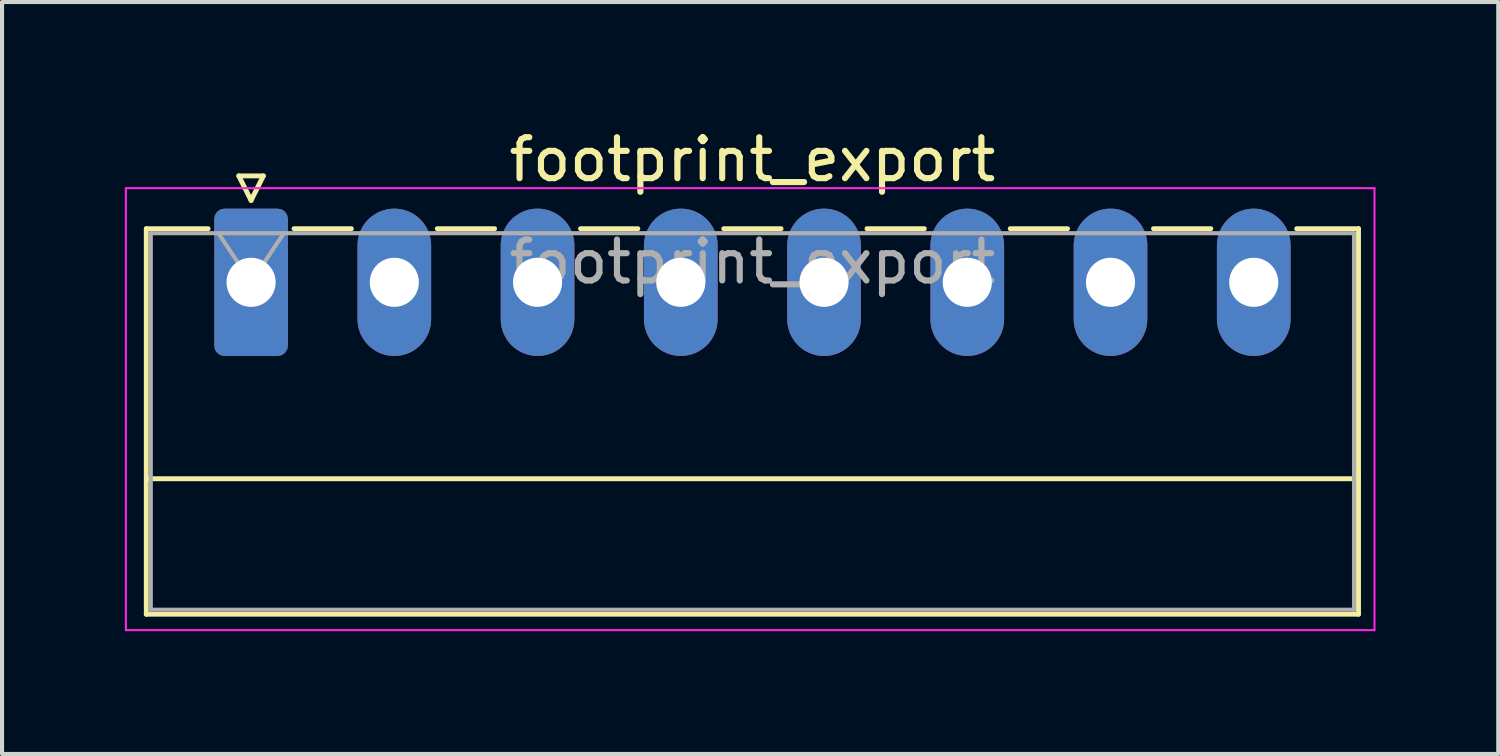
<source format=kicad_pcb>
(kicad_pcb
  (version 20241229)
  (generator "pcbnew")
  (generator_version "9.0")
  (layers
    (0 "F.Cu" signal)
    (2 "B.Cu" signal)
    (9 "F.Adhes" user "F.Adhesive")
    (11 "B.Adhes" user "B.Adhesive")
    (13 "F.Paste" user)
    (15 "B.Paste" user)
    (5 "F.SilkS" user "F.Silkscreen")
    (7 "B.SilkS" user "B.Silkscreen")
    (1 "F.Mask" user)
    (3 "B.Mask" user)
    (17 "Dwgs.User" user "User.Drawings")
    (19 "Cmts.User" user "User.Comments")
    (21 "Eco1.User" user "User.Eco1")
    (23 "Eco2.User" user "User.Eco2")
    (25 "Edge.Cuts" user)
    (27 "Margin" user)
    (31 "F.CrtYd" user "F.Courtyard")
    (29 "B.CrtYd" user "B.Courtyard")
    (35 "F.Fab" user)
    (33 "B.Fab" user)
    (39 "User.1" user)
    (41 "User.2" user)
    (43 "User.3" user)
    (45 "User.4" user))
  (footprint "footprint_export"
    (layer "F.Cu")
    (at 3.085 3.848)
    (property "Reference" "footprint_export" (at 12.25 -3 0) (layer "F.SilkS") (effects (font (size 1 1) (thickness 0.15))))
    (attr through_hole)
    (fp_line (start -2.56 -1.31) (end -2.56 8.11) (stroke (width 0.12) (type solid)) (layer "F.SilkS"))
    (fp_line (start -2.56 -1.31) (end -1.05 -1.31) (stroke (width 0.12) (type solid)) (layer "F.SilkS"))
    (fp_line (start -2.56 4.8) (end 27.06 4.8) (stroke (width 0.12) (type solid)) (layer "F.SilkS"))
    (fp_line (start -2.56 8.11) (end 27.06 8.11) (stroke (width 0.12) (type solid)) (layer "F.SilkS"))
    (fp_line (start -0.3 -2.6) (end 0.3 -2.6) (stroke (width 0.12) (type solid)) (layer "F.SilkS"))
    (fp_line (start 0 -2) (end -0.3 -2.6) (stroke (width 0.12) (type solid)) (layer "F.SilkS"))
    (fp_line (start 0.3 -2.6) (end 0 -2) (stroke (width 0.12) (type solid)) (layer "F.SilkS"))
    (fp_line (start 1.05 -1.31) (end 2.45 -1.31) (stroke (width 0.12) (type solid)) (layer "F.SilkS"))
    (fp_line (start 4.55 -1.31) (end 5.95 -1.31) (stroke (width 0.12) (type solid)) (layer "F.SilkS"))
    (fp_line (start 8.05 -1.31) (end 9.45 -1.31) (stroke (width 0.12) (type solid)) (layer "F.SilkS"))
    (fp_line (start 11.55 -1.31) (end 12.95 -1.31) (stroke (width 0.12) (type solid)) (layer "F.SilkS"))
    (fp_line (start 15.05 -1.31) (end 16.45 -1.31) (stroke (width 0.12) (type solid)) (layer "F.SilkS"))
    (fp_line (start 18.55 -1.31) (end 19.95 -1.31) (stroke (width 0.12) (type solid)) (layer "F.SilkS"))
    (fp_line (start 22.05 -1.31) (end 23.45 -1.31) (stroke (width 0.12) (type solid)) (layer "F.SilkS"))
    (fp_line (start 27.06 -1.31) (end 25.55 -1.31) (stroke (width 0.12) (type solid)) (layer "F.SilkS"))
    (fp_line (start 27.06 8.11) (end 27.06 -1.31) (stroke (width 0.12) (type solid)) (layer "F.SilkS"))
    (fp_line (start -3.06 -2.3) (end -3.06 8.5) (stroke (width 0.05) (type solid)) (layer "F.CrtYd"))
    (fp_line (start -3.06 8.5) (end 27.45 8.5) (stroke (width 0.05) (type solid)) (layer "F.CrtYd"))
    (fp_line (start 27.45 -2.3) (end -3.06 -2.3) (stroke (width 0.05) (type solid)) (layer "F.CrtYd"))
    (fp_line (start 27.45 8.5) (end 27.45 -2.3) (stroke (width 0.05) (type solid)) (layer "F.CrtYd"))
    (fp_line (start -2.45 -1.2) (end -2.45 8) (stroke (width 0.1) (type solid)) (layer "F.Fab"))
    (fp_line (start -2.45 8) (end 26.95 8) (stroke (width 0.1) (type solid)) (layer "F.Fab"))
    (fp_line (start 0 0) (end -0.8 -1.2) (stroke (width 0.1) (type solid)) (layer "F.Fab"))
    (fp_line (start 0.8 -1.2) (end 0 0) (stroke (width 0.1) (type solid)) (layer "F.Fab"))
    (fp_line (start 26.95 -1.2) (end -2.45 -1.2) (stroke (width 0.1) (type solid)) (layer "F.Fab"))
    (fp_line (start 26.95 8) (end 26.95 -1.2) (stroke (width 0.1) (type solid)) (layer "F.Fab"))
    (fp_text user "${REFERENCE}" (at 12.25 -0.5 0) (layer "F.Fab") (effects (font (size 1 1) (thickness 0.15))))
    (pad "1" thru_hole roundrect (at 0 0) (size 1.8 3.6) (drill 1.2) (layers "*.Cu" "*.Mask") (roundrect_rratio 0.139))
    (pad "2" thru_hole oval (at 3.5 0) (size 1.8 3.6) (drill 1.2) (layers "*.Cu" "*.Mask"))
    (pad "3" thru_hole oval (at 7 0) (size 1.8 3.6) (drill 1.2) (layers "*.Cu" "*.Mask"))
    (pad "4" thru_hole oval (at 10.5 0) (size 1.8 3.6) (drill 1.2) (layers "*.Cu" "*.Mask"))
    (pad "5" thru_hole oval (at 14 0) (size 1.8 3.6) (drill 1.2) (layers "*.Cu" "*.Mask"))
    (pad "6" thru_hole oval (at 17.5 0) (size 1.8 3.6) (drill 1.2) (layers "*.Cu" "*.Mask"))
    (pad "7" thru_hole oval (at 21 0) (size 1.8 3.6) (drill 1.2) (layers "*.Cu" "*.Mask"))
    (pad "8" thru_hole oval (at 24.5 0) (size 1.8 3.6) (drill 1.2) (layers "*.Cu" "*.Mask")))
  (gr_rect
    (start -3 -3)
    (end 33.56 15.373)
    (stroke (width 0.1) (type default))
    (fill no)
    (layer "Edge.Cuts")))
</source>
